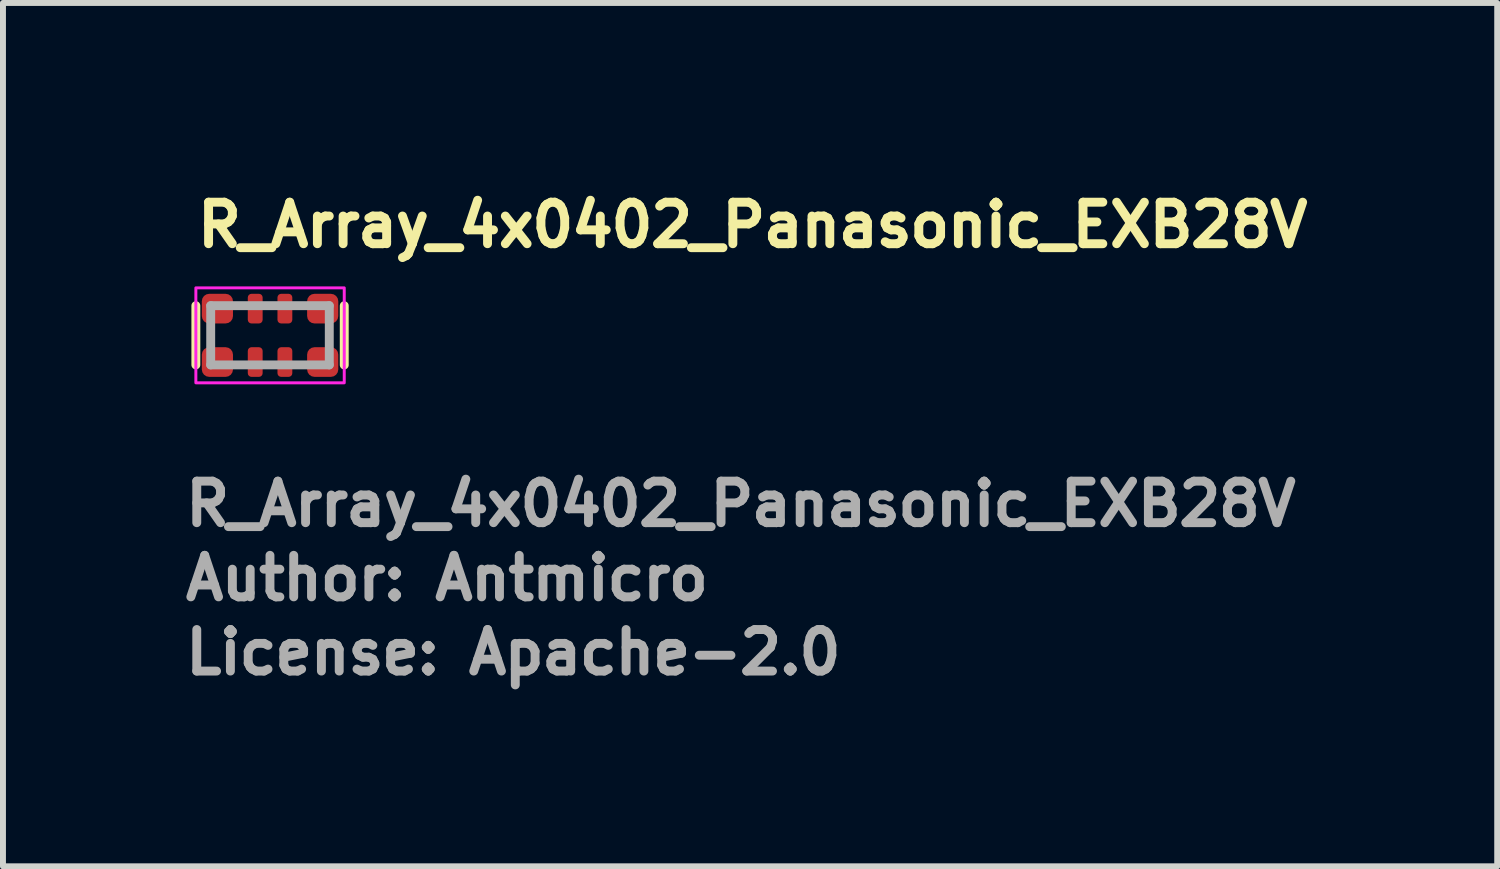
<source format=kicad_pcb>
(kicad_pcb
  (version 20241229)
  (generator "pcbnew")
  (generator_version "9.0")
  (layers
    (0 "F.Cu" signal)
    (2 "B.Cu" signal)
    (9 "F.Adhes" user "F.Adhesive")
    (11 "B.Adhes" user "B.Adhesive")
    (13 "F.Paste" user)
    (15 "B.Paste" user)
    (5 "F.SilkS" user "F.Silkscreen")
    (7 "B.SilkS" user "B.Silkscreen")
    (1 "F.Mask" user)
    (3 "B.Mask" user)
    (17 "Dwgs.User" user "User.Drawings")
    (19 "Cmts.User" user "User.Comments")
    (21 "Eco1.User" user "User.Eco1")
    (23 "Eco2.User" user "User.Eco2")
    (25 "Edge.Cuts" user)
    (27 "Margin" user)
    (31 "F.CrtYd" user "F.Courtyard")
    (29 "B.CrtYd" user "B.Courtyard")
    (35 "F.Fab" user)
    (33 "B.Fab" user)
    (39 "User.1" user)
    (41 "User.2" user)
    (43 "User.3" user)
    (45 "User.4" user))
  (footprint "R_Array_4x0402_Panasonic_EXB28V"
    (layer "F.Cu")
    (at 1.5 2.6)
    (property "Reference" "R_Array_4x0402_Panasonic_EXB28V" (at -1.301 -1.45 0) (layer "F.SilkS") (effects (font (size 0.7 0.7) (thickness 0.15)) (justify left bottom)))
    (attr smd)
    (fp_line (start -1.25 -0.5) (end -1.25 0.498) (stroke (width 0.15) (type solid)) (layer "F.SilkS"))
    (fp_line (start 1.25 0.499) (end 1.25 -0.499) (stroke (width 0.15) (type solid)) (layer "F.SilkS"))
    (fp_rect (start -1.25 -0.8) (end 1.25 0.8) (stroke (width 0.05) (type solid)) (fill no) (layer "F.CrtYd"))
    (fp_line (start -1 -0.5) (end 0.998 -0.5) (stroke (width 0.15) (type solid)) (layer "F.Fab"))
    (fp_line (start -1 0.498) (end -1 -0.5) (stroke (width 0.15) (type solid)) (layer "F.Fab"))
    (fp_line (start 0.998 -0.5) (end 0.998 0.498) (stroke (width 0.15) (type solid)) (layer "F.Fab"))
    (fp_line (start 0.998 0.498) (end -1 0.498) (stroke (width 0.15) (type solid)) (layer "F.Fab"))
    (fp_rect (start -1 -0.5) (end 0.998 0.498) (stroke (width 0.1) (type solid)) (fill no) (layer "User.5"))
    (fp_line (start -1 -0.5) (end -1 -0.295) (stroke (width 0.02) (type solid)) (layer "User.9"))
    (fp_line (start -1 -0.295) (end -1 -0.202) (stroke (width 0.02) (type solid)) (layer "User.9"))
    (fp_line (start -1 0.2) (end -1 0.293) (stroke (width 0.02) (type solid)) (layer "User.9"))
    (fp_line (start -1 0.293) (end -1 0.498) (stroke (width 0.02) (type solid)) (layer "User.9"))
    (fp_line (start -0.995 -0.295) (end -0.995 0.293) (stroke (width 0.02) (type solid)) (layer "User.9"))
    (fp_line (start -0.995 -0.202) (end -1 -0.202) (stroke (width 0.02) (type solid)) (layer "User.9"))
    (fp_line (start -0.995 0.2) (end -1 0.2) (stroke (width 0.02) (type solid)) (layer "User.9"))
    (fp_line (start -0.99 -0.295) (end -1 -0.295) (stroke (width 0.02) (type solid)) (layer "User.9"))
    (fp_line (start -0.99 -0.295) (end -0.99 0.293) (stroke (width 0.02) (type solid)) (layer "User.9"))
    (fp_line (start -0.99 0.293) (end -1 0.293) (stroke (width 0.02) (type solid)) (layer "User.9"))
    (fp_line (start -0.99 0.293) (end -0.6 0.293) (stroke (width 0.02) (type solid)) (layer "User.9"))
    (fp_line (start -0.982 -0.288) (end -0.99 -0.295) (stroke (width 0.02) (type solid)) (layer "User.9"))
    (fp_line (start -0.982 -0.288) (end -0.982 0.286) (stroke (width 0.02) (type solid)) (layer "User.9"))
    (fp_line (start -0.982 0.286) (end -0.99 0.293) (stroke (width 0.02) (type solid)) (layer "User.9"))
    (fp_line (start -0.982 0.286) (end 0.98 0.286) (stroke (width 0.02) (type solid)) (layer "User.9"))
    (fp_line (start -0.6 -0.5) (end -1 -0.5) (stroke (width 0.02) (type solid)) (layer "User.9"))
    (fp_line (start -0.6 -0.5) (end -0.6 -0.295) (stroke (width 0.02) (type solid)) (layer "User.9"))
    (fp_line (start -0.6 -0.295) (end -0.99 -0.295) (stroke (width 0.02) (type solid)) (layer "User.9"))
    (fp_line (start -0.6 0.293) (end -0.6 0.498) (stroke (width 0.02) (type solid)) (layer "User.9"))
    (fp_line (start -0.6 0.293) (end -0.402 0.293) (stroke (width 0.02) (type solid)) (layer "User.9"))
    (fp_line (start -0.6 0.298) (end -0.402 0.298) (stroke (width 0.02) (type solid)) (layer "User.9"))
    (fp_line (start -0.6 0.498) (end -1 0.498) (stroke (width 0.02) (type solid)) (layer "User.9"))
    (fp_line (start -0.402 -0.5) (end -0.402 -0.295) (stroke (width 0.02) (type solid)) (layer "User.9"))
    (fp_line (start -0.402 -0.3) (end -0.6 -0.3) (stroke (width 0.02) (type solid)) (layer "User.9"))
    (fp_line (start -0.402 -0.295) (end -0.6 -0.295) (stroke (width 0.02) (type solid)) (layer "User.9"))
    (fp_line (start -0.402 0.293) (end -0.402 0.498) (stroke (width 0.02) (type solid)) (layer "User.9"))
    (fp_line (start -0.102 -0.5) (end -0.402 -0.5) (stroke (width 0.02) (type solid)) (layer "User.9"))
    (fp_line (start -0.102 -0.5) (end -0.102 -0.295) (stroke (width 0.02) (type solid)) (layer "User.9"))
    (fp_line (start -0.102 -0.295) (end -0.402 -0.295) (stroke (width 0.02) (type solid)) (layer "User.9"))
    (fp_line (start -0.102 0.293) (end -0.402 0.293) (stroke (width 0.02) (type solid)) (layer "User.9"))
    (fp_line (start -0.102 0.293) (end -0.102 0.498) (stroke (width 0.02) (type solid)) (layer "User.9"))
    (fp_line (start -0.102 0.293) (end 0.1 0.293) (stroke (width 0.02) (type solid)) (layer "User.9"))
    (fp_line (start -0.102 0.298) (end 0.1 0.298) (stroke (width 0.02) (type solid)) (layer "User.9"))
    (fp_line (start -0.102 0.498) (end -0.402 0.498) (stroke (width 0.02) (type solid)) (layer "User.9"))
    (fp_line (start 0.1 -0.5) (end 0.1 -0.295) (stroke (width 0.02) (type solid)) (layer "User.9"))
    (fp_line (start 0.1 -0.3) (end -0.102 -0.3) (stroke (width 0.02) (type solid)) (layer "User.9"))
    (fp_line (start 0.1 -0.295) (end -0.102 -0.295) (stroke (width 0.02) (type solid)) (layer "User.9"))
    (fp_line (start 0.1 0.293) (end 0.1 0.498) (stroke (width 0.02) (type solid)) (layer "User.9"))
    (fp_line (start 0.4 -0.5) (end 0.1 -0.5) (stroke (width 0.02) (type solid)) (layer "User.9"))
    (fp_line (start 0.4 -0.5) (end 0.4 -0.295) (stroke (width 0.02) (type solid)) (layer "User.9"))
    (fp_line (start 0.4 -0.295) (end 0.1 -0.295) (stroke (width 0.02) (type solid)) (layer "User.9"))
    (fp_line (start 0.4 0.293) (end 0.1 0.293) (stroke (width 0.02) (type solid)) (layer "User.9"))
    (fp_line (start 0.4 0.293) (end 0.4 0.498) (stroke (width 0.02) (type solid)) (layer "User.9"))
    (fp_line (start 0.4 0.293) (end 0.598 0.293) (stroke (width 0.02) (type solid)) (layer "User.9"))
    (fp_line (start 0.4 0.298) (end 0.598 0.298) (stroke (width 0.02) (type solid)) (layer "User.9"))
    (fp_line (start 0.4 0.498) (end 0.1 0.498) (stroke (width 0.02) (type solid)) (layer "User.9"))
    (fp_line (start 0.598 -0.5) (end 0.598 -0.295) (stroke (width 0.02) (type solid)) (layer "User.9"))
    (fp_line (start 0.598 -0.5) (end 0.998 -0.5) (stroke (width 0.02) (type solid)) (layer "User.9"))
    (fp_line (start 0.598 -0.3) (end 0.4 -0.3) (stroke (width 0.02) (type solid)) (layer "User.9"))
    (fp_line (start 0.598 -0.295) (end 0.4 -0.295) (stroke (width 0.02) (type solid)) (layer "User.9"))
    (fp_line (start 0.598 0.293) (end 0.598 0.498) (stroke (width 0.02) (type solid)) (layer "User.9"))
    (fp_line (start 0.598 0.293) (end 0.988 0.293) (stroke (width 0.02) (type solid)) (layer "User.9"))
    (fp_line (start 0.598 0.498) (end 0.998 0.498) (stroke (width 0.02) (type solid)) (layer "User.9"))
    (fp_line (start 0.98 -0.288) (end -0.982 -0.288) (stroke (width 0.02) (type solid)) (layer "User.9"))
    (fp_line (start 0.98 -0.288) (end 0.988 -0.295) (stroke (width 0.02) (type solid)) (layer "User.9"))
    (fp_line (start 0.98 0.286) (end 0.98 -0.288) (stroke (width 0.02) (type solid)) (layer "User.9"))
    (fp_line (start 0.98 0.286) (end 0.988 0.293) (stroke (width 0.02) (type solid)) (layer "User.9"))
    (fp_line (start 0.988 -0.295) (end 0.598 -0.295) (stroke (width 0.02) (type solid)) (layer "User.9"))
    (fp_line (start 0.988 -0.295) (end 0.998 -0.295) (stroke (width 0.02) (type solid)) (layer "User.9"))
    (fp_line (start 0.988 0.293) (end 0.988 -0.295) (stroke (width 0.02) (type solid)) (layer "User.9"))
    (fp_line (start 0.988 0.293) (end 0.998 0.293) (stroke (width 0.02) (type solid)) (layer "User.9"))
    (fp_line (start 0.993 -0.202) (end 0.998 -0.202) (stroke (width 0.02) (type solid)) (layer "User.9"))
    (fp_line (start 0.993 0.2) (end 0.998 0.2) (stroke (width 0.02) (type solid)) (layer "User.9"))
    (fp_line (start 0.993 0.293) (end 0.993 -0.295) (stroke (width 0.02) (type solid)) (layer "User.9"))
    (fp_line (start 0.998 -0.5) (end 0.998 -0.295) (stroke (width 0.02) (type solid)) (layer "User.9"))
    (fp_line (start 0.998 -0.295) (end 0.998 -0.202) (stroke (width 0.02) (type solid)) (layer "User.9"))
    (fp_line (start 0.998 0.2) (end 0.998 0.293) (stroke (width 0.02) (type solid)) (layer "User.9"))
    (fp_line (start 0.998 0.293) (end 0.998 0.498) (stroke (width 0.02) (type solid)) (layer "User.9"))
    (fp_text user "Author: Antmicro" (at -1.5 4.5 0) (layer "F.Fab") (effects (font (size 0.7 0.7) (thickness 0.15)) (justify left bottom)))
    (fp_text user "${REFERENCE}" (at -1.5 3.25 0) (layer "F.Fab") (effects (font (size 0.7 0.7) (thickness 0.15)) (justify left bottom)))
    (fp_text user "License: Apache-2.0" (at -1.5 5.75 0) (layer "F.Fab") (effects (font (size 0.7 0.7) (thickness 0.15)) (justify left bottom)))
    (pad "1" smd roundrect (at -0.887 0.45) (size 0.525 0.5) (layers "F.Cu" "F.Mask" "F.Paste") (roundrect_rratio 0.25))
    (pad "2" smd roundrect (at -0.25 0.45) (size 0.25 0.5) (layers "F.Cu" "F.Mask" "F.Paste") (roundrect_rratio 0.25))
    (pad "3" smd roundrect (at 0.25 0.45) (size 0.25 0.5) (layers "F.Cu" "F.Mask" "F.Paste") (roundrect_rratio 0.25))
    (pad "4" smd roundrect (at 0.887 0.45) (size 0.525 0.5) (layers "F.Cu" "F.Mask" "F.Paste") (roundrect_rratio 0.25))
    (pad "5" smd roundrect (at 0.887 -0.45) (size 0.525 0.5) (layers "F.Cu" "F.Mask" "F.Paste") (roundrect_rratio 0.25))
    (pad "6" smd roundrect (at 0.25 -0.45) (size 0.25 0.5) (layers "F.Cu" "F.Mask" "F.Paste") (roundrect_rratio 0.25))
    (pad "7" smd roundrect (at -0.25 -0.45) (size 0.25 0.5) (layers "F.Cu" "F.Mask" "F.Paste") (roundrect_rratio 0.25))
    (pad "8" smd roundrect (at -0.887 -0.45) (size 0.525 0.5) (layers "F.Cu" "F.Mask" "F.Paste") (roundrect_rratio 0.25)))
  (gr_rect
    (start -3 -3)
    (end 22.176 11.546)
    (stroke (width 0.1) (type default))
    (fill no)
    (layer "Edge.Cuts")))
</source>
